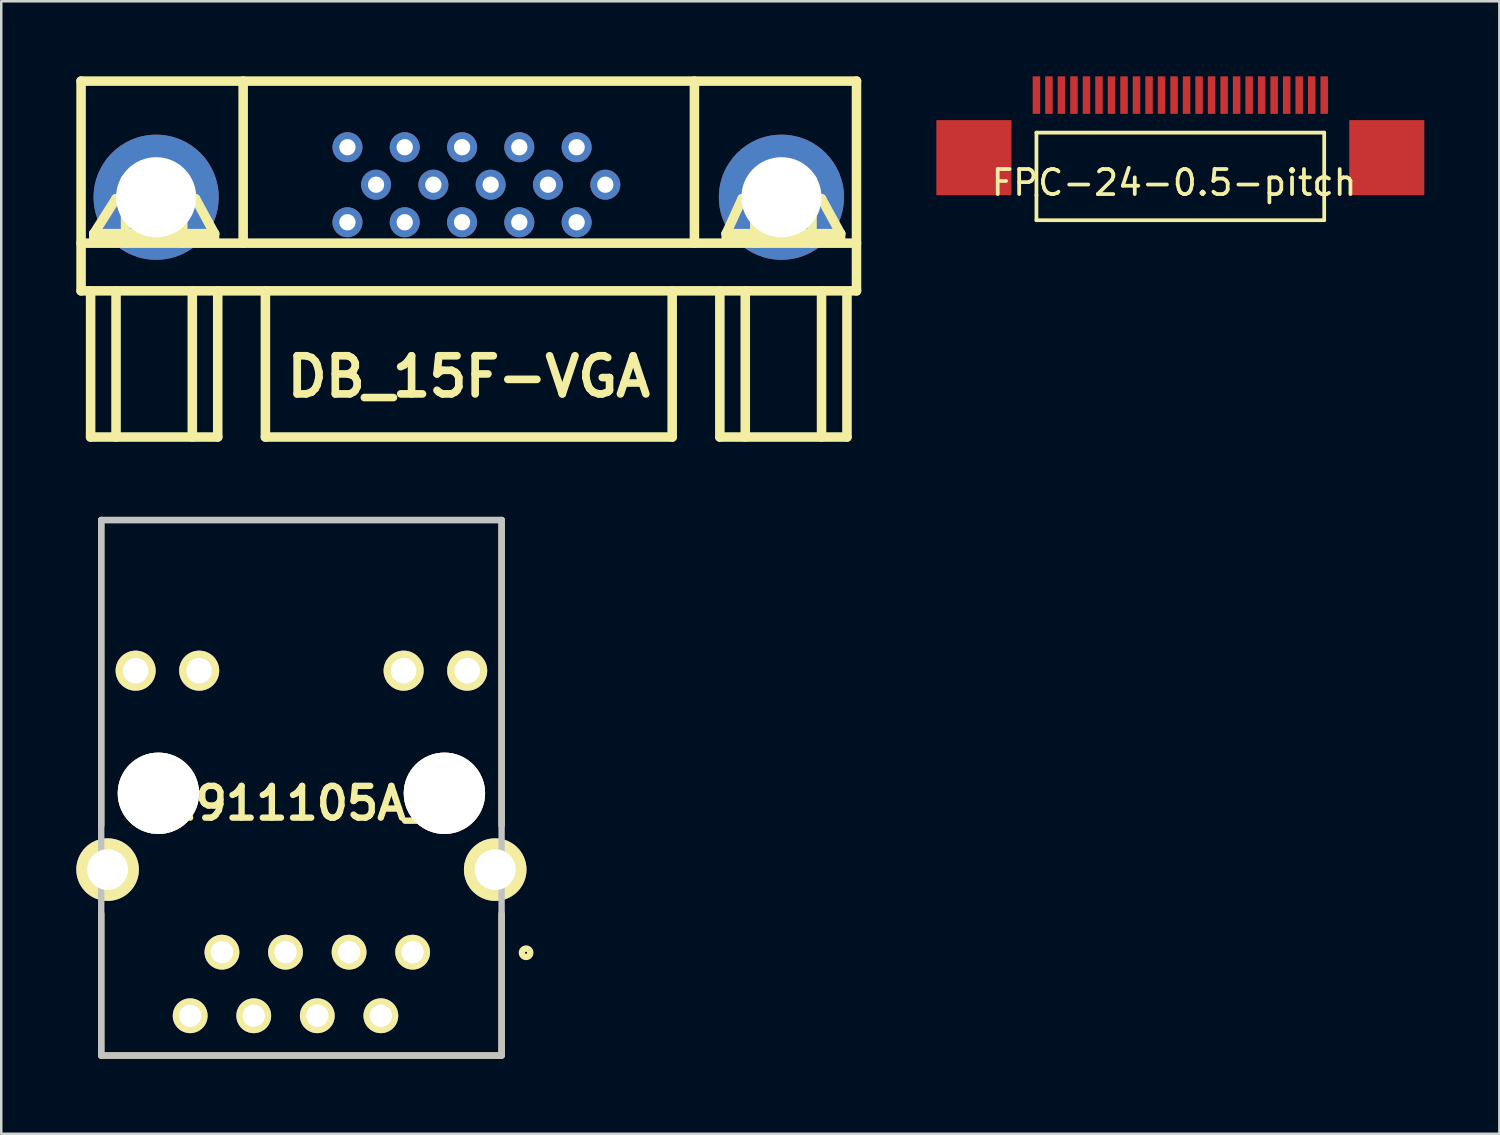
<source format=kicad_pcb>
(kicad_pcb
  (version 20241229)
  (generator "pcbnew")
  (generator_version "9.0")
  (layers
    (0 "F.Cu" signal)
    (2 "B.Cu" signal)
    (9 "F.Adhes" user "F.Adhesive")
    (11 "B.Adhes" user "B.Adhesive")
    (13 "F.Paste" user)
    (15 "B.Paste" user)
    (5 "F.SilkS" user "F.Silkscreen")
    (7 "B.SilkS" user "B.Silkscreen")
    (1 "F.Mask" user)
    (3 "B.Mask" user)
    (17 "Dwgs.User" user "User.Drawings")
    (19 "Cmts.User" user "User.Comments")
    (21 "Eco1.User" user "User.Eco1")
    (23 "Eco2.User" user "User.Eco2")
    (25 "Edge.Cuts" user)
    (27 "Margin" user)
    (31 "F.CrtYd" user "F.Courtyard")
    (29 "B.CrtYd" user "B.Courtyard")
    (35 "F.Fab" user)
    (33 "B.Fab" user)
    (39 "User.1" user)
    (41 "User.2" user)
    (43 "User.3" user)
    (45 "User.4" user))
  (footprint "FPC-24-0.5-pitch"
    (layer "F.Cu")
    (at 38.369 0.75)
    (property "Reference" "FPC-24-0.5-pitch" (at 5.5 3.5 0) (layer "F.SilkS") (effects (font (size 1 1) (thickness 0.15))))
    (attr through_hole)
    (fp_line (start 0 1.5) (end 11.5 1.5) (stroke (width 0.15) (type solid)) (layer "F.SilkS"))
    (fp_line (start 0 4) (end 0 1.5) (stroke (width 0.15) (type solid)) (layer "F.SilkS"))
    (fp_line (start 0 4) (end 0 5) (stroke (width 0.15) (type solid)) (layer "F.SilkS"))
    (fp_line (start 0 5) (end 11.5 5) (stroke (width 0.15) (type solid)) (layer "F.SilkS"))
    (fp_line (start 11.5 1.5) (end 11.5 5) (stroke (width 0.15) (type solid)) (layer "F.SilkS"))
    (pad "0" smd rect (at -2.5 2.5) (size 3 3) (layers "F.Cu" "F.Mask" "F.Paste"))
    (pad "0" smd rect (at 14 2.5) (size 3 3) (layers "F.Cu" "F.Mask" "F.Paste"))
    (pad "1" smd rect (at 0 0) (size 0.3 1.5) (layers "F.Cu" "F.Mask" "F.Paste"))
    (pad "2" smd rect (at 0.5 0) (size 0.3 1.5) (layers "F.Cu" "F.Mask" "F.Paste"))
    (pad "3" smd rect (at 1 0) (size 0.3 1.5) (layers "F.Cu" "F.Mask" "F.Paste"))
    (pad "4" smd rect (at 1.5 0) (size 0.3 1.5) (layers "F.Cu" "F.Mask" "F.Paste"))
    (pad "5" smd rect (at 2 0) (size 0.3 1.5) (layers "F.Cu" "F.Mask" "F.Paste"))
    (pad "6" smd rect (at 2.5 0) (size 0.3 1.5) (layers "F.Cu" "F.Mask" "F.Paste"))
    (pad "7" smd rect (at 3 0) (size 0.3 1.5) (layers "F.Cu" "F.Mask" "F.Paste"))
    (pad "8" smd rect (at 3.5 0) (size 0.3 1.5) (layers "F.Cu" "F.Mask" "F.Paste"))
    (pad "9" smd rect (at 4 0) (size 0.3 1.5) (layers "F.Cu" "F.Mask" "F.Paste"))
    (pad "10" smd rect (at 4.5 0) (size 0.3 1.5) (layers "F.Cu" "F.Mask" "F.Paste"))
    (pad "11" smd rect (at 5 0) (size 0.3 1.5) (layers "F.Cu" "F.Mask" "F.Paste"))
    (pad "12" smd rect (at 5.5 0) (size 0.3 1.5) (layers "F.Cu" "F.Mask" "F.Paste"))
    (pad "13" smd rect (at 6 0) (size 0.3 1.5) (layers "F.Cu" "F.Mask" "F.Paste"))
    (pad "14" smd rect (at 6.5 0) (size 0.3 1.5) (layers "F.Cu" "F.Mask" "F.Paste"))
    (pad "15" smd rect (at 7 0) (size 0.3 1.5) (layers "F.Cu" "F.Mask" "F.Paste"))
    (pad "16" smd rect (at 7.5 0) (size 0.3 1.5) (layers "F.Cu" "F.Mask" "F.Paste"))
    (pad "17" smd rect (at 8 0) (size 0.3 1.5) (layers "F.Cu" "F.Mask" "F.Paste"))
    (pad "18" smd rect (at 8.5 0) (size 0.3 1.5) (layers "F.Cu" "F.Mask" "F.Paste"))
    (pad "19" smd rect (at 9 0) (size 0.3 1.5) (layers "F.Cu" "F.Mask" "F.Paste"))
    (pad "20" smd rect (at 9.5 0) (size 0.3 1.5) (layers "F.Cu" "F.Mask" "F.Paste"))
    (pad "21" smd rect (at 10 0) (size 0.3 1.5) (layers "F.Cu" "F.Mask" "F.Paste"))
    (pad "22" smd rect (at 10.5 0) (size 0.3 1.5) (layers "F.Cu" "F.Mask" "F.Paste"))
    (pad "23" smd rect (at 11 0) (size 0.3 1.5) (layers "F.Cu" "F.Mask" "F.Paste"))
    (pad "24" smd rect (at 11.5 0) (size 0.3 1.5) (layers "F.Cu" "F.Mask" "F.Paste")))
  (footprint "DB_15F-VGA"
    (layer "F.Cu")
    (at 15.684 7.303)
    (property "Reference" "DB_15F-VGA" (at 0 4.699 0) (layer "F.SilkS") (effects (font (size 1.524 1.524) (thickness 0.305))))
    (attr through_hole)
    (fp_line (start -15.494 -0.635) (end 15.494 -0.635) (stroke (width 0.381) (type solid)) (layer "F.SilkS"))
    (fp_line (start -15.494 1.27) (end -15.494 -7.112) (stroke (width 0.381) (type solid)) (layer "F.SilkS"))
    (fp_line (start -15.494 1.27) (end 15.494 1.27) (stroke (width 0.381) (type solid)) (layer "F.SilkS"))
    (fp_line (start -15.113 1.27) (end -15.113 7.112) (stroke (width 0.381) (type solid)) (layer "F.SilkS"))
    (fp_line (start -15.113 7.112) (end -10.033 7.112) (stroke (width 0.381) (type solid)) (layer "F.SilkS"))
    (fp_line (start -14.986 -1.016) (end -14.986 -0.762) (stroke (width 0.381) (type solid)) (layer "F.SilkS"))
    (fp_line (start -14.986 -0.762) (end -10.16 -0.762) (stroke (width 0.381) (type solid)) (layer "F.SilkS"))
    (fp_line (start -14.097 -2.413) (end -14.986 -1.016) (stroke (width 0.381) (type solid)) (layer "F.SilkS"))
    (fp_line (start -14.097 -2.413) (end -10.922 -2.413) (stroke (width 0.381) (type solid)) (layer "F.SilkS"))
    (fp_line (start -14.097 1.27) (end -14.097 7.112) (stroke (width 0.381) (type solid)) (layer "F.SilkS"))
    (fp_line (start -13.716 -3.175) (end -11.43 -3.175) (stroke (width 0.381) (type solid)) (layer "F.SilkS"))
    (fp_line (start -13.716 -0.635) (end -13.716 -3.175) (stroke (width 0.381) (type solid)) (layer "F.SilkS"))
    (fp_line (start -11.43 -3.175) (end -11.43 -0.635) (stroke (width 0.381) (type solid)) (layer "F.SilkS"))
    (fp_line (start -11.049 1.27) (end -11.049 7.112) (stroke (width 0.381) (type solid)) (layer "F.SilkS"))
    (fp_line (start -10.922 -2.413) (end -10.16 -1.016) (stroke (width 0.381) (type solid)) (layer "F.SilkS"))
    (fp_line (start -10.16 -1.016) (end -14.986 -1.016) (stroke (width 0.381) (type solid)) (layer "F.SilkS"))
    (fp_line (start -10.16 -0.762) (end -10.16 -1.016) (stroke (width 0.381) (type solid)) (layer "F.SilkS"))
    (fp_line (start -10.033 1.27) (end -10.033 7.112) (stroke (width 0.381) (type solid)) (layer "F.SilkS"))
    (fp_line (start -9.017 -7.112) (end -9.017 -0.635) (stroke (width 0.381) (type solid)) (layer "F.SilkS"))
    (fp_line (start -8.128 1.27) (end -8.128 7.112) (stroke (width 0.381) (type solid)) (layer "F.SilkS"))
    (fp_line (start -8.128 7.112) (end 8.128 7.112) (stroke (width 0.381) (type solid)) (layer "F.SilkS"))
    (fp_line (start 8.128 7.112) (end 8.128 1.27) (stroke (width 0.381) (type solid)) (layer "F.SilkS"))
    (fp_line (start 9.017 -0.635) (end 9.017 -7.112) (stroke (width 0.381) (type solid)) (layer "F.SilkS"))
    (fp_line (start 10.033 1.27) (end 10.033 7.112) (stroke (width 0.381) (type solid)) (layer "F.SilkS"))
    (fp_line (start 10.033 7.112) (end 15.113 7.112) (stroke (width 0.381) (type solid)) (layer "F.SilkS"))
    (fp_line (start 10.287 -1.016) (end 10.287 -0.762) (stroke (width 0.381) (type solid)) (layer "F.SilkS"))
    (fp_line (start 10.287 -0.762) (end 14.859 -0.762) (stroke (width 0.381) (type solid)) (layer "F.SilkS"))
    (fp_line (start 10.922 -2.413) (end 10.287 -1.016) (stroke (width 0.381) (type solid)) (layer "F.SilkS"))
    (fp_line (start 10.922 -2.413) (end 14.097 -2.413) (stroke (width 0.381) (type solid)) (layer "F.SilkS"))
    (fp_line (start 11.049 1.27) (end 11.049 7.112) (stroke (width 0.381) (type solid)) (layer "F.SilkS"))
    (fp_line (start 11.43 -3.175) (end 13.716 -3.175) (stroke (width 0.381) (type solid)) (layer "F.SilkS"))
    (fp_line (start 11.43 -0.635) (end 11.43 -3.175) (stroke (width 0.381) (type solid)) (layer "F.SilkS"))
    (fp_line (start 13.716 -3.175) (end 13.716 -0.635) (stroke (width 0.381) (type solid)) (layer "F.SilkS"))
    (fp_line (start 14.097 -2.413) (end 14.859 -1.016) (stroke (width 0.381) (type solid)) (layer "F.SilkS"))
    (fp_line (start 14.097 1.27) (end 14.097 7.112) (stroke (width 0.381) (type solid)) (layer "F.SilkS"))
    (fp_line (start 14.859 -1.016) (end 10.287 -1.016) (stroke (width 0.381) (type solid)) (layer "F.SilkS"))
    (fp_line (start 14.859 -0.762) (end 14.859 -1.016) (stroke (width 0.381) (type solid)) (layer "F.SilkS"))
    (fp_line (start 15.113 7.112) (end 15.113 1.397) (stroke (width 0.381) (type solid)) (layer "F.SilkS"))
    (fp_line (start 15.494 -7.112) (end -15.494 -7.112) (stroke (width 0.381) (type solid)) (layer "F.SilkS"))
    (fp_line (start 15.494 -7.112) (end 15.494 1.27) (stroke (width 0.381) (type solid)) (layer "F.SilkS"))
    (pad "0" thru_hole circle (at -12.494 -2.471) (size 5.001 5.001) (drill 3.2) (layers "*.Cu" "*.Mask"))
    (pad "0" thru_hole circle (at 12.494 -2.471) (size 5.001 5.001) (drill 3.2) (layers "*.Cu" "*.Mask"))
    (pad "1" thru_hole circle (at 4.31 -4.47) (size 1.199 1.199) (drill 0.65) (layers "*.Cu" "*.Mask"))
    (pad "2" thru_hole circle (at 2.019 -4.47) (size 1.199 1.199) (drill 0.65) (layers "*.Cu" "*.Mask"))
    (pad "3" thru_hole circle (at -0.267 -4.47) (size 1.199 1.199) (drill 0.65) (layers "*.Cu" "*.Mask"))
    (pad "4" thru_hole circle (at -2.56 -4.47) (size 1.199 1.199) (drill 0.65) (layers "*.Cu" "*.Mask"))
    (pad "5" thru_hole circle (at -4.849 -4.47) (size 1.199 1.199) (drill 0.65) (layers "*.Cu" "*.Mask"))
    (pad "6" thru_hole circle (at 5.456 -2.972) (size 1.199 1.199) (drill 0.65) (layers "*.Cu" "*.Mask"))
    (pad "7" thru_hole circle (at 3.165 -2.972) (size 1.199 1.199) (drill 0.65) (layers "*.Cu" "*.Mask"))
    (pad "8" thru_hole circle (at 0.874 -2.972) (size 1.199 1.199) (drill 0.65) (layers "*.Cu" "*.Mask"))
    (pad "9" thru_hole circle (at -1.415 -2.972) (size 1.199 1.199) (drill 0.65) (layers "*.Cu" "*.Mask"))
    (pad "10" thru_hole circle (at -3.706 -2.972) (size 1.199 1.199) (drill 0.65) (layers "*.Cu" "*.Mask"))
    (pad "11" thru_hole circle (at 4.31 -1.471) (size 1.199 1.199) (drill 0.65) (layers "*.Cu" "*.Mask"))
    (pad "12" thru_hole circle (at 2.019 -1.471) (size 1.199 1.199) (drill 0.65) (layers "*.Cu" "*.Mask"))
    (pad "13" thru_hole circle (at -0.269 -1.473) (size 1.199 1.199) (drill 0.65) (layers "*.Cu" "*.Mask"))
    (pad "14" thru_hole circle (at -2.56 -1.471) (size 1.199 1.199) (drill 0.65) (layers "*.Cu" "*.Mask"))
    (pad "15" thru_hole circle (at -4.849 -1.471) (size 1.199 1.199) (drill 0.65) (layers "*.Cu" "*.Mask")))
  (footprint "HR911105A_1"
    (layer "F.Cu")
    (at 8.995 31.702)
    (property "Reference" "HR911105A_1" (at -0.244 -2.651 0) (layer "F.SilkS") (effects (font (size 1.27 1.27) (thickness 0.254))))
    (attr through_hole)
    (fp_line (start -8 -13.97) (end 8 -13.97) (stroke (width 0.254) (type solid)) (layer "F.SilkS"))
    (fp_line (start -8 -1.759) (end -8 -13.97) (stroke (width 0.254) (type solid)) (layer "F.SilkS"))
    (fp_line (start -8 7.43) (end -8 1.759) (stroke (width 0.254) (type solid)) (layer "F.SilkS"))
    (fp_line (start 8 -13.97) (end 8 -1.759) (stroke (width 0.254) (type solid)) (layer "F.SilkS"))
    (fp_line (start 8 7.43) (end -8 7.43) (stroke (width 0.254) (type solid)) (layer "F.SilkS"))
    (fp_line (start 8 7.43) (end 8 1.759) (stroke (width 0.254) (type solid)) (layer "F.SilkS"))
    (fp_circle (center 8.979 3.323) (end 8.811 3.323) (stroke (width 0.254) (type solid)) (fill no) (layer "F.SilkS"))
    (fp_line (start -8 -13.97) (end 8 -13.97) (stroke (width 0.254) (type solid)) (layer "Dwgs.User"))
    (fp_line (start -8 7.43) (end -8 -13.97) (stroke (width 0.254) (type solid)) (layer "Dwgs.User"))
    (fp_line (start 8 -13.97) (end 8 7.43) (stroke (width 0.254) (type solid)) (layer "Dwgs.User"))
    (fp_line (start 8 7.43) (end -8 7.43) (stroke (width 0.254) (type solid)) (layer "Dwgs.User"))
    (pad "1" thru_hole circle (at 4.445 3.3 90) (size 1.39 1.39) (drill 0.89) (layers "*.Cu" "*.Mask" "F.SilkS"))
    (pad "2" thru_hole circle (at 3.175 5.84 90) (size 1.39 1.39) (drill 0.89) (layers "*.Cu" "*.Mask" "F.SilkS"))
    (pad "3" thru_hole circle (at 1.905 3.3 90) (size 1.39 1.39) (drill 0.89) (layers "*.Cu" "*.Mask" "F.SilkS"))
    (pad "4" thru_hole circle (at 0.635 5.84 90) (size 1.39 1.39) (drill 0.89) (layers "*.Cu" "*.Mask" "F.SilkS"))
    (pad "5" thru_hole circle (at -0.635 3.3 90) (size 1.39 1.39) (drill 0.89) (layers "*.Cu" "*.Mask" "F.SilkS"))
    (pad "6" thru_hole circle (at -1.905 5.84 90) (size 1.39 1.39) (drill 0.89) (layers "*.Cu" "*.Mask" "F.SilkS"))
    (pad "7" thru_hole circle (at -3.175 3.3 90) (size 1.39 1.39) (drill 0.89) (layers "*.Cu" "*.Mask" "F.SilkS"))
    (pad "8" thru_hole circle (at -4.445 5.84 90) (size 1.39 1.39) (drill 0.89) (layers "*.Cu" "*.Mask" "F.SilkS"))
    (pad "9" thru_hole circle (at 6.625 -7.95 90) (size 1.6 1.6) (drill 1.02) (layers "*.Cu" "*.Mask" "F.SilkS"))
    (pad "10" thru_hole circle (at 4.085 -7.95 90) (size 1.6 1.6) (drill 1.02) (layers "*.Cu" "*.Mask" "F.SilkS"))
    (pad "11" thru_hole circle (at -4.085 -7.95 90) (size 1.6 1.6) (drill 1.02) (layers "*.Cu" "*.Mask" "F.SilkS"))
    (pad "12" thru_hole circle (at -6.625 -7.95 90) (size 1.6 1.6) (drill 1.02) (layers "*.Cu" "*.Mask" "F.SilkS"))
    (pad "13" thru_hole circle (at 5.715 -3.05 90) (size 3.25 3.25) (drill 3.25) (layers "*.Cu" "*.Mask" "F.SilkS"))
    (pad "14" thru_hole circle (at -5.715 -3.05 90) (size 3.25 3.25) (drill 3.25) (layers "*.Cu" "*.Mask" "F.SilkS"))
    (pad "15" thru_hole circle (at -7.745 0 90) (size 2.5 2.5) (drill 1.63) (layers "*.Cu" "*.Mask" "F.SilkS"))
    (pad "16" thru_hole circle (at 7.745 0 90) (size 2.5 2.5) (drill 1.63) (layers "*.Cu" "*.Mask" "F.SilkS")))
  (gr_rect
    (start -3 -3)
    (end 56.869 42.259)
    (stroke (width 0.1) (type default))
    (fill no)
    (layer "Edge.Cuts")))
</source>
